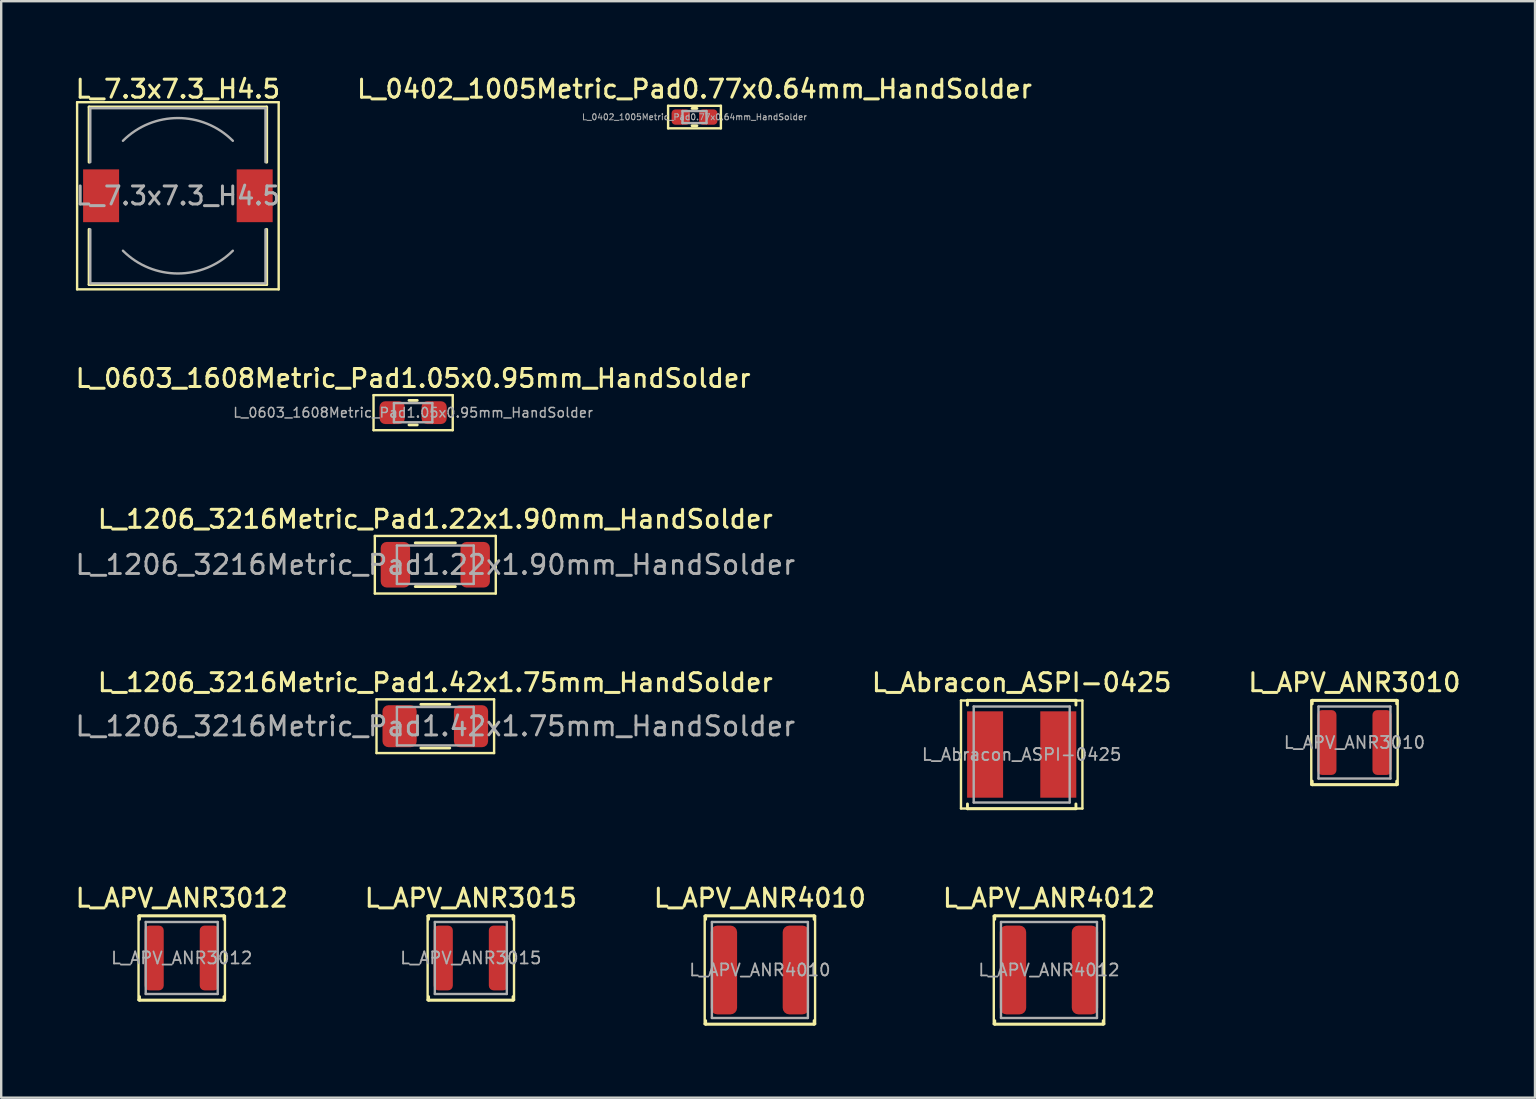
<source format=kicad_pcb>
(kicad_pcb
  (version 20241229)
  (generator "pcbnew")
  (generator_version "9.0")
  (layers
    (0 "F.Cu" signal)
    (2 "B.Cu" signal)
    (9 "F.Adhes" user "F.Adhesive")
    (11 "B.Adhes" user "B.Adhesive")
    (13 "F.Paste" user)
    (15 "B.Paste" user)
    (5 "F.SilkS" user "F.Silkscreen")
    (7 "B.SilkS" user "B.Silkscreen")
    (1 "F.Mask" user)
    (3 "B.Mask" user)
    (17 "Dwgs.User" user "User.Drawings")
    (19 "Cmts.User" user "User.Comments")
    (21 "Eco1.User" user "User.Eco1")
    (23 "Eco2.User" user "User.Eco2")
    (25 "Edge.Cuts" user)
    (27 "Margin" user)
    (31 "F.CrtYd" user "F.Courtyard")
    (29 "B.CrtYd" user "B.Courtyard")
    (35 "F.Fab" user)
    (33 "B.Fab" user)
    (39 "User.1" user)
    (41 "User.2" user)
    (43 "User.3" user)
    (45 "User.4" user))
  (footprint "L_APV_ANR3015"
    (layer "F.Cu")
    (at 16.57 36.871)
    (property "Reference" "L_APV_ANR3015" (at 0 -2.5 0) (layer "F.SilkS") (effects (font (size 0.75 0.75) (thickness 0.125))))
    (attr smd)
    (fp_line (start -1.8 -1.75) (end -1.8 1.75) (stroke (width 0.1) (type solid)) (layer "F.SilkS"))
    (fp_line (start -1.8 1.75) (end 1.8 1.75) (stroke (width 0.1) (type solid)) (layer "F.SilkS"))
    (fp_line (start -1.76 -1.76) (end -1.76 -1.61) (stroke (width 0.12) (type solid)) (layer "F.SilkS"))
    (fp_line (start -1.76 -1.76) (end 1.76 -1.76) (stroke (width 0.12) (type solid)) (layer "F.SilkS"))
    (fp_line (start -1.76 1.76) (end -1.76 1.61) (stroke (width 0.12) (type solid)) (layer "F.SilkS"))
    (fp_line (start -1.76 1.76) (end 1.76 1.76) (stroke (width 0.12) (type solid)) (layer "F.SilkS"))
    (fp_line (start 1.76 -1.76) (end 1.76 -1.61) (stroke (width 0.12) (type solid)) (layer "F.SilkS"))
    (fp_line (start 1.76 1.76) (end 1.76 1.61) (stroke (width 0.12) (type solid)) (layer "F.SilkS"))
    (fp_line (start 1.8 -1.75) (end -1.8 -1.75) (stroke (width 0.1) (type solid)) (layer "F.SilkS"))
    (fp_line (start 1.8 1.75) (end 1.8 -1.75) (stroke (width 0.1) (type solid)) (layer "F.SilkS"))
    (fp_line (start -1.5 -1.5) (end -1.5 1.5) (stroke (width 0.1) (type solid)) (layer "F.Fab"))
    (fp_line (start -1.5 1.5) (end 1.5 1.5) (stroke (width 0.1) (type solid)) (layer "F.Fab"))
    (fp_line (start 1.5 -1.5) (end -1.5 -1.5) (stroke (width 0.1) (type solid)) (layer "F.Fab"))
    (fp_line (start 1.5 1.5) (end 1.5 -1.5) (stroke (width 0.1) (type solid)) (layer "F.Fab"))
    (fp_text user "${REFERENCE}" (at 0 0 0) (layer "F.Fab") (effects (font (size 0.5 0.5) (thickness 0.075))))
    (pad "1" smd roundrect (at -1.15 0) (size 0.8 2.7) (layers "F.Cu" "F.Mask" "F.Paste") (roundrect_rratio 0.25))
    (pad "2" smd roundrect (at 1.15 0) (size 0.8 2.7) (layers "F.Cu" "F.Mask" "F.Paste") (roundrect_rratio 0.25)))
  (footprint "L_Abracon_ASPI-0425"
    (layer "F.Cu")
    (at 39.526 28.392)
    (property "Reference" "L_Abracon_ASPI-0425" (at 0 -3 0) (layer "F.SilkS") (effects (font (size 0.75 0.75) (thickness 0.125))))
    (attr smd)
    (fp_line (start -2.53 -2.25) (end -2.53 2.25) (stroke (width 0.1) (type solid)) (layer "F.SilkS"))
    (fp_line (start -2.53 2.25) (end 2.53 2.25) (stroke (width 0.1) (type solid)) (layer "F.SilkS"))
    (fp_line (start -2.26 -2.26) (end -2.26 -2.06) (stroke (width 0.12) (type solid)) (layer "F.SilkS"))
    (fp_line (start -2.26 -2.26) (end 2.26 -2.26) (stroke (width 0.12) (type solid)) (layer "F.SilkS"))
    (fp_line (start -2.26 2.26) (end -2.26 2.06) (stroke (width 0.12) (type solid)) (layer "F.SilkS"))
    (fp_line (start -2.26 2.26) (end 2.26 2.26) (stroke (width 0.12) (type solid)) (layer "F.SilkS"))
    (fp_line (start 2.26 -2.26) (end 2.26 -2.06) (stroke (width 0.12) (type solid)) (layer "F.SilkS"))
    (fp_line (start 2.26 2.26) (end 2.26 2.06) (stroke (width 0.12) (type solid)) (layer "F.SilkS"))
    (fp_line (start 2.53 -2.25) (end -2.53 -2.25) (stroke (width 0.1) (type solid)) (layer "F.SilkS"))
    (fp_line (start 2.53 2.25) (end 2.53 -2.25) (stroke (width 0.1) (type solid)) (layer "F.SilkS"))
    (fp_line (start -2 -2) (end -2 2) (stroke (width 0.1) (type solid)) (layer "F.Fab"))
    (fp_line (start -2 2) (end 2 2) (stroke (width 0.1) (type solid)) (layer "F.Fab"))
    (fp_line (start 2 -2) (end -2 -2) (stroke (width 0.1) (type solid)) (layer "F.Fab"))
    (fp_line (start 2 2) (end 2 -2) (stroke (width 0.1) (type solid)) (layer "F.Fab"))
    (fp_text user "${REFERENCE}" (at 0 0 0) (layer "F.Fab") (effects (font (size 0.5 0.5) (thickness 0.075))))
    (pad "1" smd rect (at -1.525 0) (size 1.5 3.6) (layers "F.Cu" "F.Mask" "F.Paste"))
    (pad "2" smd rect (at 1.525 0) (size 1.5 3.6) (layers "F.Cu" "F.Mask" "F.Paste")))
  (footprint "L_7.3x7.3_H4.5"
    (layer "F.Cu")
    (at 4.363 5.108)
    (property "Reference" "L_7.3x7.3_H4.5" (at 0 -4.45 0) (layer "F.SilkS") (effects (font (size 0.75 0.75) (thickness 0.125))))
    (attr smd)
    (fp_line (start -4.2 -3.9) (end -4.2 3.9) (stroke (width 0.1) (type solid)) (layer "F.SilkS"))
    (fp_line (start -4.2 3.9) (end 4.2 3.9) (stroke (width 0.1) (type solid)) (layer "F.SilkS"))
    (fp_line (start -3.7 -3.7) (end 3.7 -3.7) (stroke (width 0.12) (type solid)) (layer "F.SilkS"))
    (fp_line (start -3.7 -1.4) (end -3.7 -3.7) (stroke (width 0.12) (type solid)) (layer "F.SilkS"))
    (fp_line (start -3.7 3.7) (end -3.7 1.4) (stroke (width 0.12) (type solid)) (layer "F.SilkS"))
    (fp_line (start 3.7 -3.7) (end 3.7 -1.4) (stroke (width 0.12) (type solid)) (layer "F.SilkS"))
    (fp_line (start 3.7 1.4) (end 3.7 3.7) (stroke (width 0.12) (type solid)) (layer "F.SilkS"))
    (fp_line (start 3.7 3.7) (end -3.7 3.7) (stroke (width 0.12) (type solid)) (layer "F.SilkS"))
    (fp_line (start 4.2 -3.9) (end -4.2 -3.9) (stroke (width 0.1) (type solid)) (layer "F.SilkS"))
    (fp_line (start 4.2 3.9) (end 4.2 -3.9) (stroke (width 0.1) (type solid)) (layer "F.SilkS"))
    (fp_line (start -3.65 -3.65) (end -3.65 -1.4) (stroke (width 0.1) (type solid)) (layer "F.Fab"))
    (fp_line (start -3.65 -3.65) (end 3.65 -3.65) (stroke (width 0.1) (type solid)) (layer "F.Fab"))
    (fp_line (start -3.65 3.65) (end -3.65 1.4) (stroke (width 0.1) (type solid)) (layer "F.Fab"))
    (fp_line (start 3.65 -3.65) (end 3.65 -1.4) (stroke (width 0.1) (type solid)) (layer "F.Fab"))
    (fp_line (start 3.65 3.65) (end -3.65 3.65) (stroke (width 0.1) (type solid)) (layer "F.Fab"))
    (fp_line (start 3.65 3.65) (end 3.65 1.4) (stroke (width 0.1) (type solid)) (layer "F.Fab"))
    (fp_arc (start -2.29 -2.29) (mid 0 -3.238549) (end 2.29 -2.29) (stroke (width 0.1) (type solid)) (layer "F.Fab"))
    (fp_arc (start 2.29 2.29) (mid 0 3.238549) (end -2.29 2.29) (stroke (width 0.1) (type solid)) (layer "F.Fab"))
    (fp_text user "${REFERENCE}" (at 0 0 0) (layer "F.Fab") (effects (font (size 0.75 0.75) (thickness 0.125))))
    (pad "1" smd rect (at -3.2 0) (size 1.5 2.2) (layers "F.Cu" "F.Mask" "F.Paste"))
    (pad "2" smd rect (at 3.2 0) (size 1.5 2.2) (layers "F.Cu" "F.Mask" "F.Paste")))
  (footprint "L_1206_3216Metric_Pad1.22x1.90mm_HandSolder"
    (layer "F.Cu")
    (at 15.09 20.484)
    (property "Reference" "L_1206_3216Metric_Pad1.22x1.90mm_HandSolder" (at 0 -1.9 0) (layer "F.SilkS") (effects (font (size 0.75 0.75) (thickness 0.125))))
    (attr smd)
    (fp_line (start -2.52 -1.2) (end 2.52 -1.2) (stroke (width 0.1) (type solid)) (layer "F.SilkS"))
    (fp_line (start -2.52 1.2) (end -2.52 -1.2) (stroke (width 0.1) (type solid)) (layer "F.SilkS"))
    (fp_line (start -0.835 -0.91) (end 0.835 -0.91) (stroke (width 0.12) (type solid)) (layer "F.SilkS"))
    (fp_line (start -0.835 0.91) (end 0.835 0.91) (stroke (width 0.12) (type solid)) (layer "F.SilkS"))
    (fp_line (start 2.52 -1.2) (end 2.52 1.2) (stroke (width 0.1) (type solid)) (layer "F.SilkS"))
    (fp_line (start 2.52 1.2) (end -2.52 1.2) (stroke (width 0.1) (type solid)) (layer "F.SilkS"))
    (fp_line (start -1.6 -0.8) (end 1.6 -0.8) (stroke (width 0.1) (type solid)) (layer "F.Fab"))
    (fp_line (start -1.6 0.8) (end -1.6 -0.8) (stroke (width 0.1) (type solid)) (layer "F.Fab"))
    (fp_line (start 1.6 -0.8) (end 1.6 0.8) (stroke (width 0.1) (type solid)) (layer "F.Fab"))
    (fp_line (start 1.6 0.8) (end -1.6 0.8) (stroke (width 0.1) (type solid)) (layer "F.Fab"))
    (fp_text user "${REFERENCE}" (at 0 0 0) (layer "F.Fab") (effects (font (size 0.8 0.8) (thickness 0.12))))
    (pad "1" smd roundrect (at -1.663 0) (size 1.225 1.9) (layers "F.Cu" "F.Mask" "F.Paste") (roundrect_rratio 0.204))
    (pad "2" smd roundrect (at 1.663 0) (size 1.225 1.9) (layers "F.Cu" "F.Mask" "F.Paste") (roundrect_rratio 0.204)))
  (footprint "L_APV_ANR4012"
    (layer "F.Cu")
    (at 40.663 37.371)
    (property "Reference" "L_APV_ANR4012" (at 0 -3 0) (layer "F.SilkS") (effects (font (size 0.75 0.75) (thickness 0.125))))
    (attr smd)
    (fp_line (start -2.3 -2.25) (end -2.3 2.25) (stroke (width 0.1) (type solid)) (layer "F.SilkS"))
    (fp_line (start -2.3 2.25) (end 2.3 2.25) (stroke (width 0.1) (type solid)) (layer "F.SilkS"))
    (fp_line (start -2.26 -2.26) (end -2.26 -2.11) (stroke (width 0.12) (type solid)) (layer "F.SilkS"))
    (fp_line (start -2.26 -2.26) (end 2.26 -2.26) (stroke (width 0.12) (type solid)) (layer "F.SilkS"))
    (fp_line (start -2.26 2.26) (end -2.26 2.11) (stroke (width 0.12) (type solid)) (layer "F.SilkS"))
    (fp_line (start -2.26 2.26) (end 2.26 2.26) (stroke (width 0.12) (type solid)) (layer "F.SilkS"))
    (fp_line (start 2.26 -2.26) (end 2.26 -2.11) (stroke (width 0.12) (type solid)) (layer "F.SilkS"))
    (fp_line (start 2.26 2.26) (end 2.26 2.11) (stroke (width 0.12) (type solid)) (layer "F.SilkS"))
    (fp_line (start 2.3 -2.25) (end -2.3 -2.25) (stroke (width 0.1) (type solid)) (layer "F.SilkS"))
    (fp_line (start 2.3 2.25) (end 2.3 -2.25) (stroke (width 0.1) (type solid)) (layer "F.SilkS"))
    (fp_line (start -2 -2) (end -2 2) (stroke (width 0.1) (type solid)) (layer "F.Fab"))
    (fp_line (start -2 2) (end 2 2) (stroke (width 0.1) (type solid)) (layer "F.Fab"))
    (fp_line (start 2 -2) (end -2 -2) (stroke (width 0.1) (type solid)) (layer "F.Fab"))
    (fp_line (start 2 2) (end 2 -2) (stroke (width 0.1) (type solid)) (layer "F.Fab"))
    (fp_text user "${REFERENCE}" (at 0 0 0) (layer "F.Fab") (effects (font (size 0.5 0.5) (thickness 0.075))))
    (pad "1" smd roundrect (at -1.5 0) (size 1.1 3.7) (layers "F.Cu" "F.Mask" "F.Paste") (roundrect_rratio 0.25))
    (pad "2" smd roundrect (at 1.5 0) (size 1.1 3.7) (layers "F.Cu" "F.Mask" "F.Paste") (roundrect_rratio 0.25)))
  (footprint "L_0402_1005Metric_Pad0.77x0.64mm_HandSolder"
    (layer "F.Cu")
    (at 25.891 1.828)
    (property "Reference" "L_0402_1005Metric_Pad0.77x0.64mm_HandSolder" (at 0 -1.17 0) (layer "F.SilkS") (effects (font (size 0.75 0.75) (thickness 0.125))))
    (attr smd)
    (fp_line (start -1.1 -0.47) (end 1.1 -0.47) (stroke (width 0.1) (type solid)) (layer "F.SilkS"))
    (fp_line (start -1.1 0.47) (end -1.1 -0.47) (stroke (width 0.1) (type solid)) (layer "F.SilkS"))
    (fp_line (start -0.1 -0.36) (end 0.1 -0.36) (stroke (width 0.12) (type solid)) (layer "F.SilkS"))
    (fp_line (start -0.1 0.36) (end 0.1 0.36) (stroke (width 0.12) (type solid)) (layer "F.SilkS"))
    (fp_line (start 1.1 -0.47) (end 1.1 0.47) (stroke (width 0.1) (type solid)) (layer "F.SilkS"))
    (fp_line (start 1.1 0.47) (end -1.1 0.47) (stroke (width 0.1) (type solid)) (layer "F.SilkS"))
    (fp_line (start -0.5 -0.25) (end 0.5 -0.25) (stroke (width 0.1) (type solid)) (layer "F.Fab"))
    (fp_line (start -0.5 0.25) (end -0.5 -0.25) (stroke (width 0.1) (type solid)) (layer "F.Fab"))
    (fp_line (start 0.5 -0.25) (end 0.5 0.25) (stroke (width 0.1) (type solid)) (layer "F.Fab"))
    (fp_line (start 0.5 0.25) (end -0.5 0.25) (stroke (width 0.1) (type solid)) (layer "F.Fab"))
    (fp_text user "${REFERENCE}" (at 0 0 0) (layer "F.Fab") (effects (font (size 0.25 0.25) (thickness 0.04))))
    (pad "1" smd roundrect (at -0.573 0) (size 0.765 0.64) (layers "F.Cu" "F.Mask" "F.Paste") (roundrect_rratio 0.25))
    (pad "2" smd roundrect (at 0.573 0) (size 0.765 0.64) (layers "F.Cu" "F.Mask" "F.Paste") (roundrect_rratio 0.25)))
  (footprint "L_1206_3216Metric_Pad1.42x1.75mm_HandSolder"
    (layer "F.Cu")
    (at 15.09 27.212)
    (property "Reference" "L_1206_3216Metric_Pad1.42x1.75mm_HandSolder" (at 0 -1.82 0) (layer "F.SilkS") (effects (font (size 0.75 0.75) (thickness 0.125))))
    (attr smd)
    (fp_line (start -2.45 -1.12) (end 2.45 -1.12) (stroke (width 0.1) (type solid)) (layer "F.SilkS"))
    (fp_line (start -2.45 1.12) (end -2.45 -1.12) (stroke (width 0.1) (type solid)) (layer "F.SilkS"))
    (fp_line (start -0.602 -0.91) (end 0.602 -0.91) (stroke (width 0.12) (type solid)) (layer "F.SilkS"))
    (fp_line (start -0.602 0.91) (end 0.602 0.91) (stroke (width 0.12) (type solid)) (layer "F.SilkS"))
    (fp_line (start 2.45 -1.12) (end 2.45 1.12) (stroke (width 0.1) (type solid)) (layer "F.SilkS"))
    (fp_line (start 2.45 1.12) (end -2.45 1.12) (stroke (width 0.1) (type solid)) (layer "F.SilkS"))
    (fp_line (start -1.6 -0.8) (end 1.6 -0.8) (stroke (width 0.1) (type solid)) (layer "F.Fab"))
    (fp_line (start -1.6 0.8) (end -1.6 -0.8) (stroke (width 0.1) (type solid)) (layer "F.Fab"))
    (fp_line (start 1.6 -0.8) (end 1.6 0.8) (stroke (width 0.1) (type solid)) (layer "F.Fab"))
    (fp_line (start 1.6 0.8) (end -1.6 0.8) (stroke (width 0.1) (type solid)) (layer "F.Fab"))
    (fp_text user "${REFERENCE}" (at 0 0 0) (layer "F.Fab") (effects (font (size 0.8 0.8) (thickness 0.12))))
    (pad "1" smd roundrect (at -1.488 0) (size 1.425 1.75) (layers "F.Cu" "F.Mask" "F.Paste") (roundrect_rratio 0.175))
    (pad "2" smd roundrect (at 1.488 0) (size 1.425 1.75) (layers "F.Cu" "F.Mask" "F.Paste") (roundrect_rratio 0.175)))
  (footprint "L_0603_1608Metric_Pad1.05x0.95mm_HandSolder"
    (layer "F.Cu")
    (at 14.166 14.146)
    (property "Reference" "L_0603_1608Metric_Pad1.05x0.95mm_HandSolder" (at 0 -1.43 0) (layer "F.SilkS") (effects (font (size 0.75 0.75) (thickness 0.125))))
    (attr smd)
    (fp_line (start -1.65 -0.73) (end 1.65 -0.73) (stroke (width 0.1) (type solid)) (layer "F.SilkS"))
    (fp_line (start -1.65 0.73) (end -1.65 -0.73) (stroke (width 0.1) (type solid)) (layer "F.SilkS"))
    (fp_line (start -0.171 -0.51) (end 0.171 -0.51) (stroke (width 0.12) (type solid)) (layer "F.SilkS"))
    (fp_line (start -0.171 0.51) (end 0.171 0.51) (stroke (width 0.12) (type solid)) (layer "F.SilkS"))
    (fp_line (start 1.65 -0.73) (end 1.65 0.73) (stroke (width 0.1) (type solid)) (layer "F.SilkS"))
    (fp_line (start 1.65 0.73) (end -1.65 0.73) (stroke (width 0.1) (type solid)) (layer "F.SilkS"))
    (fp_line (start -0.8 -0.4) (end 0.8 -0.4) (stroke (width 0.1) (type solid)) (layer "F.Fab"))
    (fp_line (start -0.8 0.4) (end -0.8 -0.4) (stroke (width 0.1) (type solid)) (layer "F.Fab"))
    (fp_line (start 0.8 -0.4) (end 0.8 0.4) (stroke (width 0.1) (type solid)) (layer "F.Fab"))
    (fp_line (start 0.8 0.4) (end -0.8 0.4) (stroke (width 0.1) (type solid)) (layer "F.Fab"))
    (fp_text user "${REFERENCE}" (at 0 0 0) (layer "F.Fab") (effects (font (size 0.4 0.4) (thickness 0.06))))
    (pad "1" smd roundrect (at -0.875 0) (size 1.05 0.95) (layers "F.Cu" "F.Mask" "F.Paste") (roundrect_rratio 0.25))
    (pad "2" smd roundrect (at 0.875 0) (size 1.05 0.95) (layers "F.Cu" "F.Mask" "F.Paste") (roundrect_rratio 0.25)))
  (footprint "L_APV_ANR3010"
    (layer "F.Cu")
    (at 53.393 27.892)
    (property "Reference" "L_APV_ANR3010" (at 0 -2.5 0) (layer "F.SilkS") (effects (font (size 0.75 0.75) (thickness 0.125))))
    (attr smd)
    (fp_line (start -1.8 -1.75) (end -1.8 1.75) (stroke (width 0.1) (type solid)) (layer "F.SilkS"))
    (fp_line (start -1.8 1.75) (end 1.8 1.75) (stroke (width 0.1) (type solid)) (layer "F.SilkS"))
    (fp_line (start -1.76 -1.76) (end -1.76 -1.61) (stroke (width 0.12) (type solid)) (layer "F.SilkS"))
    (fp_line (start -1.76 -1.76) (end 1.76 -1.76) (stroke (width 0.12) (type solid)) (layer "F.SilkS"))
    (fp_line (start -1.76 1.76) (end -1.76 1.61) (stroke (width 0.12) (type solid)) (layer "F.SilkS"))
    (fp_line (start -1.76 1.76) (end 1.76 1.76) (stroke (width 0.12) (type solid)) (layer "F.SilkS"))
    (fp_line (start 1.76 -1.76) (end 1.76 -1.61) (stroke (width 0.12) (type solid)) (layer "F.SilkS"))
    (fp_line (start 1.76 1.76) (end 1.76 1.61) (stroke (width 0.12) (type solid)) (layer "F.SilkS"))
    (fp_line (start 1.8 -1.75) (end -1.8 -1.75) (stroke (width 0.1) (type solid)) (layer "F.SilkS"))
    (fp_line (start 1.8 1.75) (end 1.8 -1.75) (stroke (width 0.1) (type solid)) (layer "F.SilkS"))
    (fp_line (start -1.5 -1.5) (end -1.5 1.5) (stroke (width 0.1) (type solid)) (layer "F.Fab"))
    (fp_line (start -1.5 1.5) (end 1.5 1.5) (stroke (width 0.1) (type solid)) (layer "F.Fab"))
    (fp_line (start 1.5 -1.5) (end -1.5 -1.5) (stroke (width 0.1) (type solid)) (layer "F.Fab"))
    (fp_line (start 1.5 1.5) (end 1.5 -1.5) (stroke (width 0.1) (type solid)) (layer "F.Fab"))
    (fp_text user "${REFERENCE}" (at 0 0 0) (layer "F.Fab") (effects (font (size 0.5 0.5) (thickness 0.075))))
    (pad "1" smd roundrect (at -1.15 0) (size 0.8 2.7) (layers "F.Cu" "F.Mask" "F.Paste") (roundrect_rratio 0.25))
    (pad "2" smd roundrect (at 1.15 0) (size 0.8 2.7) (layers "F.Cu" "F.Mask" "F.Paste") (roundrect_rratio 0.25)))
  (footprint "L_APV_ANR4010"
    (layer "F.Cu")
    (at 28.616 37.371)
    (property "Reference" "L_APV_ANR4010" (at 0 -3 0) (layer "F.SilkS") (effects (font (size 0.75 0.75) (thickness 0.125))))
    (attr smd)
    (fp_line (start -2.3 -2.25) (end -2.3 2.25) (stroke (width 0.1) (type solid)) (layer "F.SilkS"))
    (fp_line (start -2.3 2.25) (end 2.3 2.25) (stroke (width 0.1) (type solid)) (layer "F.SilkS"))
    (fp_line (start -2.26 -2.26) (end -2.26 -2.11) (stroke (width 0.12) (type solid)) (layer "F.SilkS"))
    (fp_line (start -2.26 -2.26) (end 2.26 -2.26) (stroke (width 0.12) (type solid)) (layer "F.SilkS"))
    (fp_line (start -2.26 2.26) (end -2.26 2.11) (stroke (width 0.12) (type solid)) (layer "F.SilkS"))
    (fp_line (start -2.26 2.26) (end 2.26 2.26) (stroke (width 0.12) (type solid)) (layer "F.SilkS"))
    (fp_line (start 2.26 -2.26) (end 2.26 -2.11) (stroke (width 0.12) (type solid)) (layer "F.SilkS"))
    (fp_line (start 2.26 2.26) (end 2.26 2.11) (stroke (width 0.12) (type solid)) (layer "F.SilkS"))
    (fp_line (start 2.3 -2.25) (end -2.3 -2.25) (stroke (width 0.1) (type solid)) (layer "F.SilkS"))
    (fp_line (start 2.3 2.25) (end 2.3 -2.25) (stroke (width 0.1) (type solid)) (layer "F.SilkS"))
    (fp_line (start -2 -2) (end -2 2) (stroke (width 0.1) (type solid)) (layer "F.Fab"))
    (fp_line (start -2 2) (end 2 2) (stroke (width 0.1) (type solid)) (layer "F.Fab"))
    (fp_line (start 2 -2) (end -2 -2) (stroke (width 0.1) (type solid)) (layer "F.Fab"))
    (fp_line (start 2 2) (end 2 -2) (stroke (width 0.1) (type solid)) (layer "F.Fab"))
    (fp_text user "${REFERENCE}" (at 0 0 0) (layer "F.Fab") (effects (font (size 0.5 0.5) (thickness 0.075))))
    (pad "1" smd roundrect (at -1.5 0) (size 1.1 3.7) (layers "F.Cu" "F.Mask" "F.Paste") (roundrect_rratio 0.25))
    (pad "2" smd roundrect (at 1.5 0) (size 1.1 3.7) (layers "F.Cu" "F.Mask" "F.Paste") (roundrect_rratio 0.25)))
  (footprint "L_APV_ANR3012"
    (layer "F.Cu")
    (at 4.523 36.871)
    (property "Reference" "L_APV_ANR3012" (at 0 -2.5 0) (layer "F.SilkS") (effects (font (size 0.75 0.75) (thickness 0.125))))
    (attr smd)
    (fp_line (start -1.8 -1.75) (end -1.8 1.75) (stroke (width 0.1) (type solid)) (layer "F.SilkS"))
    (fp_line (start -1.8 1.75) (end 1.8 1.75) (stroke (width 0.1) (type solid)) (layer "F.SilkS"))
    (fp_line (start -1.76 -1.76) (end -1.76 -1.61) (stroke (width 0.12) (type solid)) (layer "F.SilkS"))
    (fp_line (start -1.76 -1.76) (end 1.76 -1.76) (stroke (width 0.12) (type solid)) (layer "F.SilkS"))
    (fp_line (start -1.76 1.76) (end -1.76 1.61) (stroke (width 0.12) (type solid)) (layer "F.SilkS"))
    (fp_line (start -1.76 1.76) (end 1.76 1.76) (stroke (width 0.12) (type solid)) (layer "F.SilkS"))
    (fp_line (start 1.76 -1.76) (end 1.76 -1.61) (stroke (width 0.12) (type solid)) (layer "F.SilkS"))
    (fp_line (start 1.76 1.76) (end 1.76 1.61) (stroke (width 0.12) (type solid)) (layer "F.SilkS"))
    (fp_line (start 1.8 -1.75) (end -1.8 -1.75) (stroke (width 0.1) (type solid)) (layer "F.SilkS"))
    (fp_line (start 1.8 1.75) (end 1.8 -1.75) (stroke (width 0.1) (type solid)) (layer "F.SilkS"))
    (fp_line (start -1.5 -1.5) (end -1.5 1.5) (stroke (width 0.1) (type solid)) (layer "F.Fab"))
    (fp_line (start -1.5 1.5) (end 1.5 1.5) (stroke (width 0.1) (type solid)) (layer "F.Fab"))
    (fp_line (start 1.5 -1.5) (end -1.5 -1.5) (stroke (width 0.1) (type solid)) (layer "F.Fab"))
    (fp_line (start 1.5 1.5) (end 1.5 -1.5) (stroke (width 0.1) (type solid)) (layer "F.Fab"))
    (fp_text user "${REFERENCE}" (at 0 0 0) (layer "F.Fab") (effects (font (size 0.5 0.5) (thickness 0.075))))
    (pad "1" smd roundrect (at -1.15 0) (size 0.8 2.7) (layers "F.Cu" "F.Mask" "F.Paste") (roundrect_rratio 0.25))
    (pad "2" smd roundrect (at 1.15 0) (size 0.8 2.7) (layers "F.Cu" "F.Mask" "F.Paste") (roundrect_rratio 0.25)))
  (gr_rect
    (start -3 -3)
    (end 60.917 42.691)
    (stroke (width 0.1) (type default))
    (fill no)
    (layer "Edge.Cuts")))
</source>
